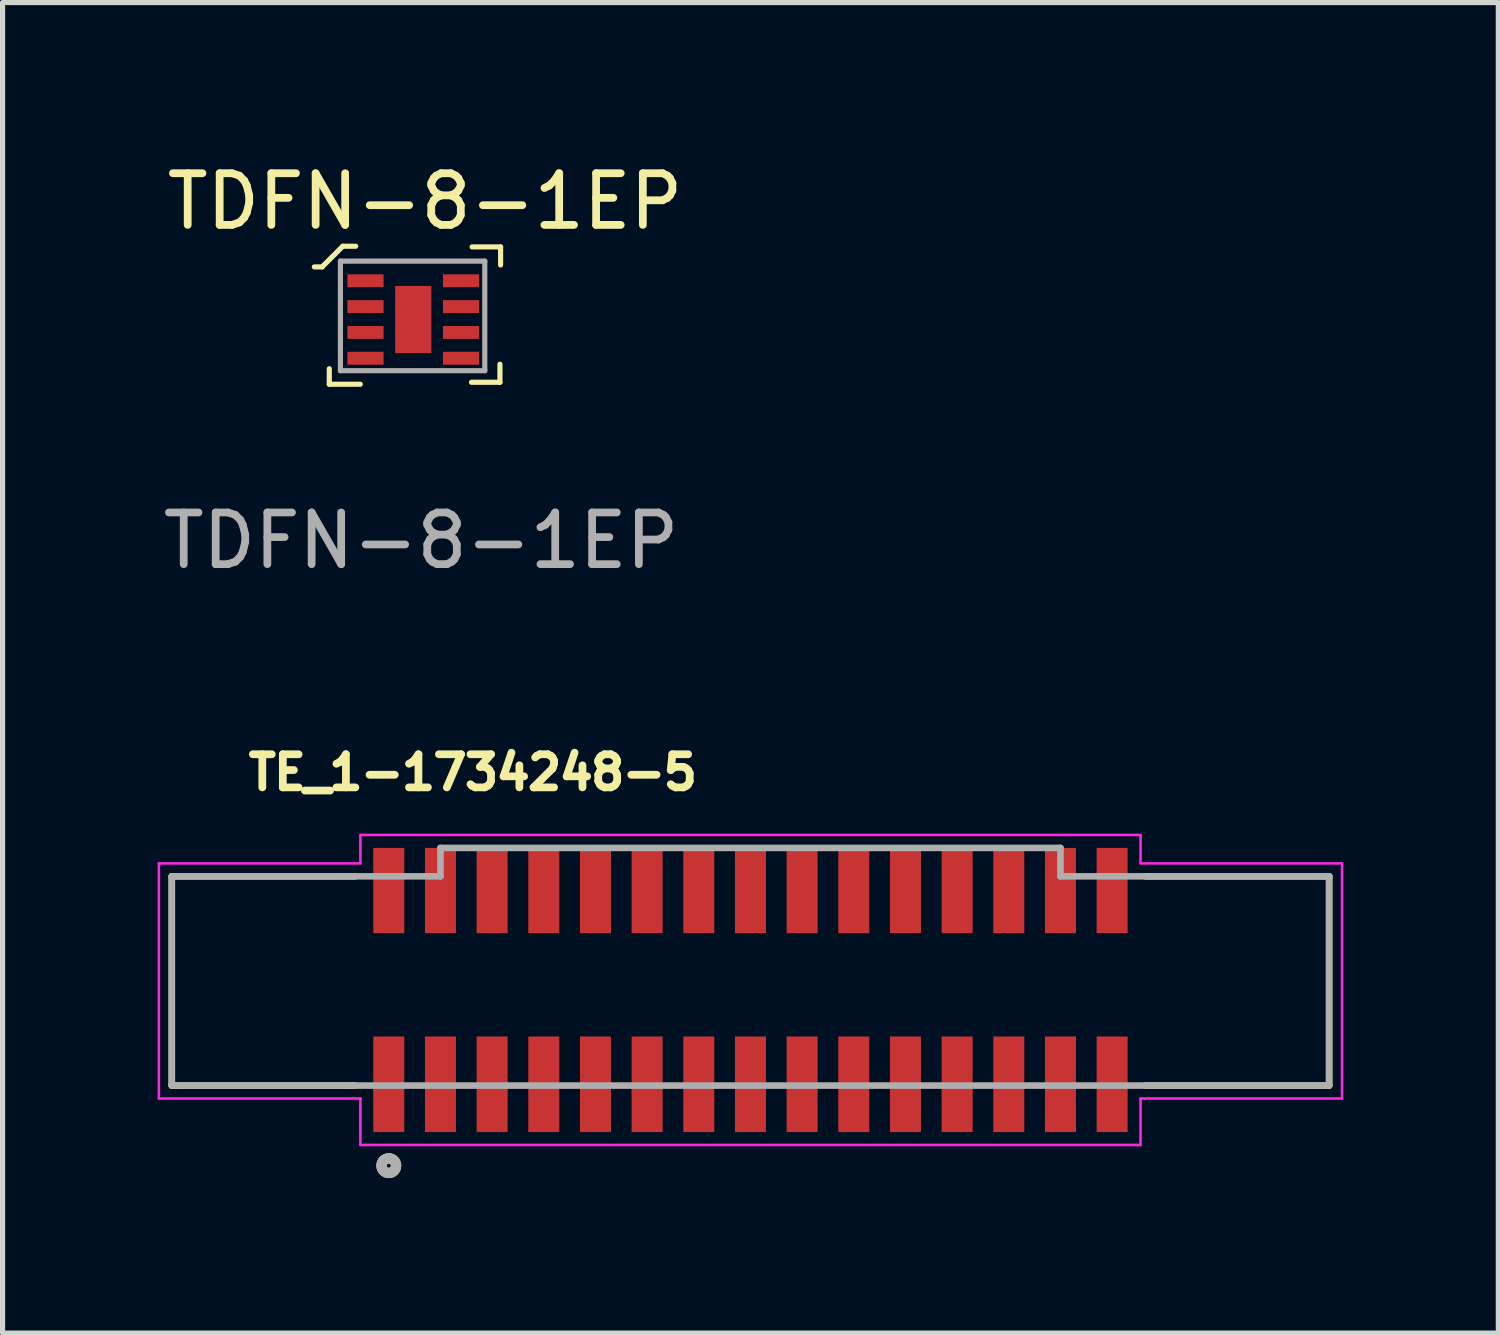
<source format=kicad_pcb>
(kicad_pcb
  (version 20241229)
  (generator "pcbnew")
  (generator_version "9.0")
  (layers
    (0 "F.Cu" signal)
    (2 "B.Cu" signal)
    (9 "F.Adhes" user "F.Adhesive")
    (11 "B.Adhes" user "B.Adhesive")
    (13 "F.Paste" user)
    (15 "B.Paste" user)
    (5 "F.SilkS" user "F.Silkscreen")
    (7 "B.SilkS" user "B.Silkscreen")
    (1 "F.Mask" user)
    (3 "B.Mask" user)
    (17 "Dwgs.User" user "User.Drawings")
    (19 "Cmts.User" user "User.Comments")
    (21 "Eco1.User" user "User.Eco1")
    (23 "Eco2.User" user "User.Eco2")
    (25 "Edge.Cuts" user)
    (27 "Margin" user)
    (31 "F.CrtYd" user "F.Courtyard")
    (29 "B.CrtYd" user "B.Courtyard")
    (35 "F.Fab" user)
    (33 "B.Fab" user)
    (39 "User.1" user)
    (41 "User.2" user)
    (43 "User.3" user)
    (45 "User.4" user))
  (footprint "TDFN-8-1EP"
    (layer "F.Cu")
    (at 4.949 3.134)
    (property "Reference" "TDFN-8-1EP" (at 0.229 -2.286 0) (layer "F.SilkS") (effects (font (size 1 1) (thickness 0.15))))
    (attr smd)
    (fp_line (start -1.765 -1.018) (end -1.915 -1.018) (stroke (width 0.1) (type solid)) (layer "F.SilkS"))
    (fp_line (start -1.626 0.953) (end -1.626 1.253) (stroke (width 0.1) (type solid)) (layer "F.SilkS"))
    (fp_line (start -1.626 1.253) (end -1.026 1.253) (stroke (width 0.1) (type solid)) (layer "F.SilkS"))
    (fp_line (start -1.365 -1.418) (end -1.765 -1.018) (stroke (width 0.1) (type solid)) (layer "F.SilkS"))
    (fp_line (start -1.115 -1.418) (end -1.365 -1.418) (stroke (width 0.1) (type solid)) (layer "F.SilkS"))
    (fp_line (start 1.139 -1.405) (end 1.69 -1.405) (stroke (width 0.1) (type solid)) (layer "F.SilkS"))
    (fp_line (start 1.677 0.865) (end 1.677 1.215) (stroke (width 0.1) (type solid)) (layer "F.SilkS"))
    (fp_line (start 1.677 1.215) (end 1.127 1.215) (stroke (width 0.1) (type solid)) (layer "F.SilkS"))
    (fp_line (start 1.69 -1.405) (end 1.69 -1.055) (stroke (width 0.1) (type solid)) (layer "F.SilkS"))
    (fp_line (start -1.41 0.991) (end -1.41 -1.13) (stroke (width 0.1) (type solid)) (layer "F.Fab"))
    (fp_line (start -1.41 0.991) (end 1.384 0.991) (stroke (width 0.1) (type solid)) (layer "F.Fab"))
    (fp_line (start 1.384 -1.13) (end -1.41 -1.13) (stroke (width 0.1) (type solid)) (layer "F.Fab"))
    (fp_line (start 1.384 0.991) (end 1.384 -1.13) (stroke (width 0.1) (type solid)) (layer "F.Fab"))
    (fp_text user "${REFERENCE}" (at 0.152 4.28 180) (layer "F.Fab") (effects (font (size 1 1) (thickness 0.15))))
    (pad "1" smd rect (at -0.925 -0.75) (size 0.7 0.25) (layers "F.Cu" "F.Mask" "F.Paste"))
    (pad "2" smd rect (at -0.925 -0.25) (size 0.7 0.25) (layers "F.Cu" "F.Mask" "F.Paste"))
    (pad "3" smd rect (at -0.925 0.25) (size 0.7 0.25) (layers "F.Cu" "F.Mask" "F.Paste"))
    (pad "4" smd rect (at -0.925 0.75) (size 0.7 0.25) (layers "F.Cu" "F.Mask" "F.Paste"))
    (pad "5" smd rect (at 0.925 0.75) (size 0.7 0.25) (layers "F.Cu" "F.Mask" "F.Paste"))
    (pad "6" smd rect (at 0.925 0.25) (size 0.7 0.25) (layers "F.Cu" "F.Mask" "F.Paste"))
    (pad "7" smd rect (at 0.925 -0.25) (size 0.7 0.25) (layers "F.Cu" "F.Mask" "F.Paste"))
    (pad "8" smd rect (at 0.925 -0.75) (size 0.7 0.25) (layers "F.Cu" "F.Mask" "F.Paste"))
    (pad "9" smd rect (at 0 0) (size 0.7 1.3) (layers "F.Cu" "F.Mask" "F.Paste")))
  (footprint "TE_1-1734248-5"
    (layer "F.Cu")
    (at 11.475 15.911)
    (property "Reference" "TE_1-1734248-5" (at -5.373 -4.01 0) (layer "F.SilkS") (effects (font (size 0.641 0.641) (thickness 0.15))))
    (attr through_hole)
    (fp_line (start -11.2 -2) (end -7.65 -2) (stroke (width 0.127) (type solid)) (layer "F.SilkS"))
    (fp_line (start -11.2 2.05) (end -11.2 -2) (stroke (width 0.127) (type solid)) (layer "F.SilkS"))
    (fp_line (start -11.2 2.05) (end -7.65 2.05) (stroke (width 0.127) (type solid)) (layer "F.SilkS"))
    (fp_line (start 11.2 -2) (end 7.65 -2) (stroke (width 0.127) (type solid)) (layer "F.SilkS"))
    (fp_line (start 11.2 2.05) (end 7.65 2.05) (stroke (width 0.127) (type solid)) (layer "F.SilkS"))
    (fp_line (start 11.2 2.05) (end 11.2 -2) (stroke (width 0.127) (type solid)) (layer "F.SilkS"))
    (fp_circle (center -7 3.6) (end -6.859 3.6) (stroke (width 0.2) (type solid)) (fill no) (layer "F.SilkS"))
    (fp_line (start -11.45 -2.25) (end -7.55 -2.25) (stroke (width 0.05) (type solid)) (layer "F.CrtYd"))
    (fp_line (start -11.45 2.3) (end -11.45 -2.25) (stroke (width 0.05) (type solid)) (layer "F.CrtYd"))
    (fp_line (start -7.55 -2.8) (end 7.55 -2.8) (stroke (width 0.05) (type solid)) (layer "F.CrtYd"))
    (fp_line (start -7.55 -2.25) (end -7.55 -2.8) (stroke (width 0.05) (type solid)) (layer "F.CrtYd"))
    (fp_line (start -7.55 2.3) (end -11.45 2.3) (stroke (width 0.05) (type solid)) (layer "F.CrtYd"))
    (fp_line (start -7.55 3.2) (end -7.55 2.3) (stroke (width 0.05) (type solid)) (layer "F.CrtYd"))
    (fp_line (start 7.55 -2.8) (end 7.55 -2.25) (stroke (width 0.05) (type solid)) (layer "F.CrtYd"))
    (fp_line (start 7.55 -2.25) (end 11.45 -2.25) (stroke (width 0.05) (type solid)) (layer "F.CrtYd"))
    (fp_line (start 7.55 2.3) (end 7.55 3.2) (stroke (width 0.05) (type solid)) (layer "F.CrtYd"))
    (fp_line (start 7.55 3.2) (end -7.55 3.2) (stroke (width 0.05) (type solid)) (layer "F.CrtYd"))
    (fp_line (start 11.45 -2.25) (end 11.45 2.3) (stroke (width 0.05) (type solid)) (layer "F.CrtYd"))
    (fp_line (start 11.45 2.3) (end 7.55 2.3) (stroke (width 0.05) (type solid)) (layer "F.CrtYd"))
    (fp_line (start -11.2 -2) (end -6 -2) (stroke (width 0.127) (type solid)) (layer "F.Fab"))
    (fp_line (start -11.2 2.05) (end -11.2 -2) (stroke (width 0.127) (type solid)) (layer "F.Fab"))
    (fp_line (start -6 -2.55) (end 6 -2.55) (stroke (width 0.127) (type solid)) (layer "F.Fab"))
    (fp_line (start -6 -2) (end -6 -2.55) (stroke (width 0.127) (type solid)) (layer "F.Fab"))
    (fp_line (start 6 -2) (end 6 -2.55) (stroke (width 0.127) (type solid)) (layer "F.Fab"))
    (fp_line (start 11.2 -2) (end 6 -2) (stroke (width 0.127) (type solid)) (layer "F.Fab"))
    (fp_line (start 11.2 2.05) (end -11.2 2.05) (stroke (width 0.127) (type solid)) (layer "F.Fab"))
    (fp_line (start 11.2 2.05) (end 11.2 -2) (stroke (width 0.127) (type solid)) (layer "F.Fab"))
    (fp_circle (center -7 3.6) (end -6.859 3.6) (stroke (width 0.2) (type solid)) (fill no) (layer "F.Fab"))
    (pad "1" smd rect (at -7 2.025) (size 0.6 1.85) (layers "F.Cu" "F.Mask" "F.Paste"))
    (pad "1_1" smd rect (at -7 -1.725) (size 0.6 1.65) (layers "F.Cu" "F.Mask" "F.Paste"))
    (pad "2" smd rect (at -6 2.025) (size 0.6 1.85) (layers "F.Cu" "F.Mask" "F.Paste"))
    (pad "2_1" smd rect (at -6 -1.725) (size 0.6 1.65) (layers "F.Cu" "F.Mask" "F.Paste"))
    (pad "3" smd rect (at -5 2.025) (size 0.6 1.85) (layers "F.Cu" "F.Mask" "F.Paste"))
    (pad "3_1" smd rect (at -5 -1.725) (size 0.6 1.65) (layers "F.Cu" "F.Mask" "F.Paste"))
    (pad "4" smd rect (at -4 2.025) (size 0.6 1.85) (layers "F.Cu" "F.Mask" "F.Paste"))
    (pad "4_1" smd rect (at -4 -1.725) (size 0.6 1.65) (layers "F.Cu" "F.Mask" "F.Paste"))
    (pad "5" smd rect (at -3 2.025) (size 0.6 1.85) (layers "F.Cu" "F.Mask" "F.Paste"))
    (pad "5_1" smd rect (at -3 -1.725) (size 0.6 1.65) (layers "F.Cu" "F.Mask" "F.Paste"))
    (pad "6" smd rect (at -2 2.025) (size 0.6 1.85) (layers "F.Cu" "F.Mask" "F.Paste"))
    (pad "6_1" smd rect (at -2 -1.725) (size 0.6 1.65) (layers "F.Cu" "F.Mask" "F.Paste"))
    (pad "7" smd rect (at -1 2.025) (size 0.6 1.85) (layers "F.Cu" "F.Mask" "F.Paste"))
    (pad "7_1" smd rect (at -1 -1.725) (size 0.6 1.65) (layers "F.Cu" "F.Mask" "F.Paste"))
    (pad "8" smd rect (at 0 2.025) (size 0.6 1.85) (layers "F.Cu" "F.Mask" "F.Paste"))
    (pad "8_1" smd rect (at 0 -1.725) (size 0.6 1.65) (layers "F.Cu" "F.Mask" "F.Paste"))
    (pad "9" smd rect (at 1 2.025) (size 0.6 1.85) (layers "F.Cu" "F.Mask" "F.Paste"))
    (pad "9_1" smd rect (at 1 -1.725) (size 0.6 1.65) (layers "F.Cu" "F.Mask" "F.Paste"))
    (pad "10" smd rect (at 2 2.025) (size 0.6 1.85) (layers "F.Cu" "F.Mask" "F.Paste"))
    (pad "10_1" smd rect (at 2 -1.725) (size 0.6 1.65) (layers "F.Cu" "F.Mask" "F.Paste"))
    (pad "11" smd rect (at 3 2.025) (size 0.6 1.85) (layers "F.Cu" "F.Mask" "F.Paste"))
    (pad "11_1" smd rect (at 3 -1.725) (size 0.6 1.65) (layers "F.Cu" "F.Mask" "F.Paste"))
    (pad "12" smd rect (at 4 2.025) (size 0.6 1.85) (layers "F.Cu" "F.Mask" "F.Paste"))
    (pad "12_1" smd rect (at 4 -1.725) (size 0.6 1.65) (layers "F.Cu" "F.Mask" "F.Paste"))
    (pad "13" smd rect (at 5 2.025) (size 0.6 1.85) (layers "F.Cu" "F.Mask" "F.Paste"))
    (pad "13_1" smd rect (at 5 -1.725) (size 0.6 1.65) (layers "F.Cu" "F.Mask" "F.Paste"))
    (pad "14" smd rect (at 6 2.025) (size 0.6 1.85) (layers "F.Cu" "F.Mask" "F.Paste"))
    (pad "14_1" smd rect (at 6 -1.725) (size 0.6 1.65) (layers "F.Cu" "F.Mask" "F.Paste"))
    (pad "15" smd rect (at 7 2.025) (size 0.6 1.85) (layers "F.Cu" "F.Mask" "F.Paste"))
    (pad "15_1" smd rect (at 7 -1.725) (size 0.6 1.65) (layers "F.Cu" "F.Mask" "F.Paste")))
  (gr_rect
    (start -3 -3)
    (end 25.95 22.752)
    (stroke (width 0.1) (type default))
    (fill no)
    (layer "Edge.Cuts")))
</source>
